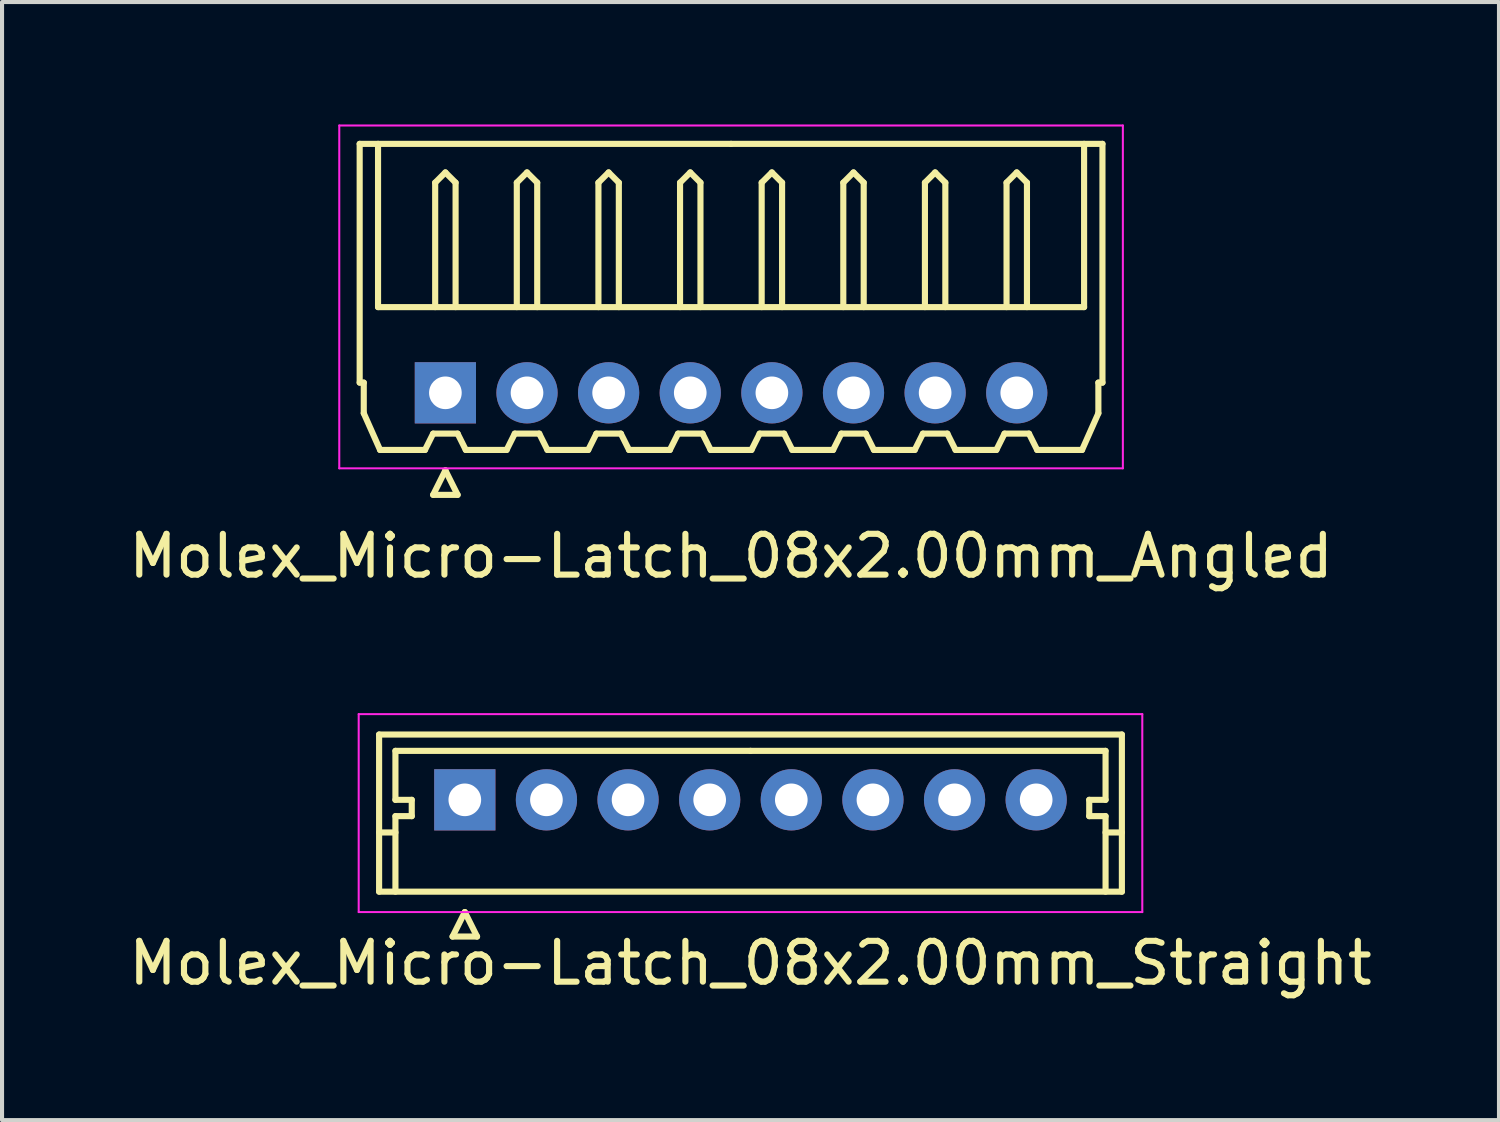
<source format=kicad_pcb>
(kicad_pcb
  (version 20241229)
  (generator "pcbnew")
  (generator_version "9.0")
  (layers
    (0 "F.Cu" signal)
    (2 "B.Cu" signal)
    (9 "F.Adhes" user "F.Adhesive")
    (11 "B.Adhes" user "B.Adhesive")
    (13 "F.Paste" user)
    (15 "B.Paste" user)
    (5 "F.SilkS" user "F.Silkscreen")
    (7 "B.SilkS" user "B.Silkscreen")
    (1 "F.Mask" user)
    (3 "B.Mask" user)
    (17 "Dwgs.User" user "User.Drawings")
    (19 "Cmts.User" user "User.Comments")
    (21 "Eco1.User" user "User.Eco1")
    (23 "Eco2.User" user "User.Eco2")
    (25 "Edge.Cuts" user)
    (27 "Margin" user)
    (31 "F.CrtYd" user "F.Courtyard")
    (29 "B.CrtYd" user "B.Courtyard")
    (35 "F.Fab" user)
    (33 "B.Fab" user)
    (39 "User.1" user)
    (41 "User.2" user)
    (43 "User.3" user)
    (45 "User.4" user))
  (footprint "Molex_Micro-Latch_08x2.00mm_Straight"
    (layer "F.Cu")
    (at 8.339 16.548)
    (property "Reference" "Molex_Micro-Latch_08x2.00mm_Straight" (at 7 4 0) (layer "F.SilkS") (effects (font (size 1 1) (thickness 0.15))))
    (attr through_hole)
    (fp_line (start -2.1 -1.6) (end -2.1 2.25) (stroke (width 0.15) (type solid)) (layer "F.SilkS"))
    (fp_line (start -2.1 0.8) (end -1.7 0.8) (stroke (width 0.15) (type solid)) (layer "F.SilkS"))
    (fp_line (start -2.1 2.25) (end 16.1 2.25) (stroke (width 0.15) (type solid)) (layer "F.SilkS"))
    (fp_line (start -1.7 -1.2) (end -1.7 0) (stroke (width 0.15) (type solid)) (layer "F.SilkS"))
    (fp_line (start -1.7 0) (end -1.3 0) (stroke (width 0.15) (type solid)) (layer "F.SilkS"))
    (fp_line (start -1.7 0.4) (end -1.7 2.25) (stroke (width 0.15) (type solid)) (layer "F.SilkS"))
    (fp_line (start -1.3 0) (end -1.3 0.4) (stroke (width 0.15) (type solid)) (layer "F.SilkS"))
    (fp_line (start -1.3 0.4) (end -1.7 0.4) (stroke (width 0.15) (type solid)) (layer "F.SilkS"))
    (fp_line (start -0.3 3.35) (end 0.3 3.35) (stroke (width 0.15) (type solid)) (layer "F.SilkS"))
    (fp_line (start 0 2.75) (end -0.3 3.35) (stroke (width 0.15) (type solid)) (layer "F.SilkS"))
    (fp_line (start 0.3 3.35) (end 0 2.75) (stroke (width 0.15) (type solid)) (layer "F.SilkS"))
    (fp_line (start 7 -1.2) (end -1.7 -1.2) (stroke (width 0.15) (type solid)) (layer "F.SilkS"))
    (fp_line (start 7 -1.2) (end 15.7 -1.2) (stroke (width 0.15) (type solid)) (layer "F.SilkS"))
    (fp_line (start 15.3 0) (end 15.3 0.4) (stroke (width 0.15) (type solid)) (layer "F.SilkS"))
    (fp_line (start 15.3 0.4) (end 15.7 0.4) (stroke (width 0.15) (type solid)) (layer "F.SilkS"))
    (fp_line (start 15.7 -1.2) (end 15.7 0) (stroke (width 0.15) (type solid)) (layer "F.SilkS"))
    (fp_line (start 15.7 0) (end 15.3 0) (stroke (width 0.15) (type solid)) (layer "F.SilkS"))
    (fp_line (start 15.7 0.4) (end 15.7 2.25) (stroke (width 0.15) (type solid)) (layer "F.SilkS"))
    (fp_line (start 16.1 -1.6) (end -2.1 -1.6) (stroke (width 0.15) (type solid)) (layer "F.SilkS"))
    (fp_line (start 16.1 0.8) (end 15.7 0.8) (stroke (width 0.15) (type solid)) (layer "F.SilkS"))
    (fp_line (start 16.1 2.25) (end 16.1 -1.6) (stroke (width 0.15) (type solid)) (layer "F.SilkS"))
    (fp_line (start -2.6 -2.1) (end -2.6 2.75) (stroke (width 0.05) (type solid)) (layer "F.CrtYd"))
    (fp_line (start -2.6 2.75) (end 16.6 2.75) (stroke (width 0.05) (type solid)) (layer "F.CrtYd"))
    (fp_line (start 16.6 -2.1) (end -2.6 -2.1) (stroke (width 0.05) (type solid)) (layer "F.CrtYd"))
    (fp_line (start 16.6 2.75) (end 16.6 -2.1) (stroke (width 0.05) (type solid)) (layer "F.CrtYd"))
    (pad "1" thru_hole rect (at 0 0) (size 1.5 1.5) (drill 0.8) (layers "*.Cu" "*.Mask"))
    (pad "2" thru_hole circle (at 2 0) (size 1.5 1.5) (drill 0.8) (layers "*.Cu" "*.Mask"))
    (pad "3" thru_hole circle (at 4 0) (size 1.5 1.5) (drill 0.8) (layers "*.Cu" "*.Mask"))
    (pad "4" thru_hole circle (at 6 0) (size 1.5 1.5) (drill 0.8) (layers "*.Cu" "*.Mask"))
    (pad "5" thru_hole circle (at 8 0) (size 1.5 1.5) (drill 0.8) (layers "*.Cu" "*.Mask"))
    (pad "6" thru_hole circle (at 10 0) (size 1.5 1.5) (drill 0.8) (layers "*.Cu" "*.Mask"))
    (pad "7" thru_hole circle (at 12 0) (size 1.5 1.5) (drill 0.8) (layers "*.Cu" "*.Mask"))
    (pad "8" thru_hole circle (at 14 0) (size 1.5 1.5) (drill 0.8) (layers "*.Cu" "*.Mask")))
  (footprint "Molex_Micro-Latch_08x2.00mm_Angled"
    (layer "F.Cu")
    (at 7.863 6.575)
    (property "Reference" "Molex_Micro-Latch_08x2.00mm_Angled" (at 7 4 0) (layer "F.SilkS") (effects (font (size 1 1) (thickness 0.15))))
    (attr through_hole)
    (fp_line (start -2.1 -6.1) (end 7 -6.1) (stroke (width 0.15) (type solid)) (layer "F.SilkS"))
    (fp_line (start -2.1 -0.25) (end -2.1 -6.1) (stroke (width 0.15) (type solid)) (layer "F.SilkS"))
    (fp_line (start -2 -0.25) (end -2.1 -0.25) (stroke (width 0.15) (type solid)) (layer "F.SilkS"))
    (fp_line (start -2 0.5) (end -2 -0.25) (stroke (width 0.15) (type solid)) (layer "F.SilkS"))
    (fp_line (start -1.65 -6.1) (end -1.65 -2.1) (stroke (width 0.15) (type solid)) (layer "F.SilkS"))
    (fp_line (start -1.65 -2.1) (end 15.65 -2.1) (stroke (width 0.15) (type solid)) (layer "F.SilkS"))
    (fp_line (start -1.6 1.4) (end -2 0.5) (stroke (width 0.15) (type solid)) (layer "F.SilkS"))
    (fp_line (start -0.5 1.4) (end -1.6 1.4) (stroke (width 0.15) (type solid)) (layer "F.SilkS"))
    (fp_line (start -0.3 1) (end -0.5 1.4) (stroke (width 0.15) (type solid)) (layer "F.SilkS"))
    (fp_line (start -0.3 1) (end 0.3 1) (stroke (width 0.15) (type solid)) (layer "F.SilkS"))
    (fp_line (start -0.3 2.5) (end 0.3 2.5) (stroke (width 0.15) (type solid)) (layer "F.SilkS"))
    (fp_line (start -0.25 -5.15) (end 0 -5.4) (stroke (width 0.15) (type solid)) (layer "F.SilkS"))
    (fp_line (start -0.25 -2.1) (end -0.25 -5.15) (stroke (width 0.15) (type solid)) (layer "F.SilkS"))
    (fp_line (start 0 -5.4) (end 0.25 -5.15) (stroke (width 0.15) (type solid)) (layer "F.SilkS"))
    (fp_line (start 0 1.9) (end -0.3 2.5) (stroke (width 0.15) (type solid)) (layer "F.SilkS"))
    (fp_line (start 0.25 -5.15) (end 0.25 -2.1) (stroke (width 0.15) (type solid)) (layer "F.SilkS"))
    (fp_line (start 0.3 1) (end 0.5 1.4) (stroke (width 0.15) (type solid)) (layer "F.SilkS"))
    (fp_line (start 0.3 2.5) (end 0 1.9) (stroke (width 0.15) (type solid)) (layer "F.SilkS"))
    (fp_line (start 0.5 1.4) (end 1.5 1.4) (stroke (width 0.15) (type solid)) (layer "F.SilkS"))
    (fp_line (start 1.5 1.4) (end 1.7 1) (stroke (width 0.15) (type solid)) (layer "F.SilkS"))
    (fp_line (start 1.7 1) (end 2.3 1) (stroke (width 0.15) (type solid)) (layer "F.SilkS"))
    (fp_line (start 1.75 -5.15) (end 2 -5.4) (stroke (width 0.15) (type solid)) (layer "F.SilkS"))
    (fp_line (start 1.75 -2.1) (end 1.75 -5.15) (stroke (width 0.15) (type solid)) (layer "F.SilkS"))
    (fp_line (start 2 -5.4) (end 2.25 -5.15) (stroke (width 0.15) (type solid)) (layer "F.SilkS"))
    (fp_line (start 2.25 -5.15) (end 2.25 -2.1) (stroke (width 0.15) (type solid)) (layer "F.SilkS"))
    (fp_line (start 2.3 1) (end 2.5 1.4) (stroke (width 0.15) (type solid)) (layer "F.SilkS"))
    (fp_line (start 2.5 1.4) (end 3.5 1.4) (stroke (width 0.15) (type solid)) (layer "F.SilkS"))
    (fp_line (start 3.5 1.4) (end 3.7 1) (stroke (width 0.15) (type solid)) (layer "F.SilkS"))
    (fp_line (start 3.7 1) (end 4.3 1) (stroke (width 0.15) (type solid)) (layer "F.SilkS"))
    (fp_line (start 3.75 -5.15) (end 4 -5.4) (stroke (width 0.15) (type solid)) (layer "F.SilkS"))
    (fp_line (start 3.75 -2.1) (end 3.75 -5.15) (stroke (width 0.15) (type solid)) (layer "F.SilkS"))
    (fp_line (start 4 -5.4) (end 4.25 -5.15) (stroke (width 0.15) (type solid)) (layer "F.SilkS"))
    (fp_line (start 4.25 -5.15) (end 4.25 -2.1) (stroke (width 0.15) (type solid)) (layer "F.SilkS"))
    (fp_line (start 4.3 1) (end 4.5 1.4) (stroke (width 0.15) (type solid)) (layer "F.SilkS"))
    (fp_line (start 4.5 1.4) (end 5.5 1.4) (stroke (width 0.15) (type solid)) (layer "F.SilkS"))
    (fp_line (start 5.5 1.4) (end 5.7 1) (stroke (width 0.15) (type solid)) (layer "F.SilkS"))
    (fp_line (start 5.7 1) (end 6.3 1) (stroke (width 0.15) (type solid)) (layer "F.SilkS"))
    (fp_line (start 5.75 -5.15) (end 6 -5.4) (stroke (width 0.15) (type solid)) (layer "F.SilkS"))
    (fp_line (start 5.75 -2.1) (end 5.75 -5.15) (stroke (width 0.15) (type solid)) (layer "F.SilkS"))
    (fp_line (start 6 -5.4) (end 6.25 -5.15) (stroke (width 0.15) (type solid)) (layer "F.SilkS"))
    (fp_line (start 6.25 -5.15) (end 6.25 -2.1) (stroke (width 0.15) (type solid)) (layer "F.SilkS"))
    (fp_line (start 6.3 1) (end 6.5 1.4) (stroke (width 0.15) (type solid)) (layer "F.SilkS"))
    (fp_line (start 6.5 1.4) (end 7.5 1.4) (stroke (width 0.15) (type solid)) (layer "F.SilkS"))
    (fp_line (start 7.5 1.4) (end 7.7 1) (stroke (width 0.15) (type solid)) (layer "F.SilkS"))
    (fp_line (start 7.7 1) (end 8.3 1) (stroke (width 0.15) (type solid)) (layer "F.SilkS"))
    (fp_line (start 7.75 -5.15) (end 8 -5.4) (stroke (width 0.15) (type solid)) (layer "F.SilkS"))
    (fp_line (start 7.75 -2.1) (end 7.75 -5.15) (stroke (width 0.15) (type solid)) (layer "F.SilkS"))
    (fp_line (start 8 -5.4) (end 8.25 -5.15) (stroke (width 0.15) (type solid)) (layer "F.SilkS"))
    (fp_line (start 8.25 -5.15) (end 8.25 -2.1) (stroke (width 0.15) (type solid)) (layer "F.SilkS"))
    (fp_line (start 8.3 1) (end 8.5 1.4) (stroke (width 0.15) (type solid)) (layer "F.SilkS"))
    (fp_line (start 8.5 1.4) (end 9.5 1.4) (stroke (width 0.15) (type solid)) (layer "F.SilkS"))
    (fp_line (start 9.5 1.4) (end 9.7 1) (stroke (width 0.15) (type solid)) (layer "F.SilkS"))
    (fp_line (start 9.7 1) (end 10.3 1) (stroke (width 0.15) (type solid)) (layer "F.SilkS"))
    (fp_line (start 9.75 -5.15) (end 10 -5.4) (stroke (width 0.15) (type solid)) (layer "F.SilkS"))
    (fp_line (start 9.75 -2.1) (end 9.75 -5.15) (stroke (width 0.15) (type solid)) (layer "F.SilkS"))
    (fp_line (start 10 -5.4) (end 10.25 -5.15) (stroke (width 0.15) (type solid)) (layer "F.SilkS"))
    (fp_line (start 10.25 -5.15) (end 10.25 -2.1) (stroke (width 0.15) (type solid)) (layer "F.SilkS"))
    (fp_line (start 10.3 1) (end 10.5 1.4) (stroke (width 0.15) (type solid)) (layer "F.SilkS"))
    (fp_line (start 10.5 1.4) (end 11.5 1.4) (stroke (width 0.15) (type solid)) (layer "F.SilkS"))
    (fp_line (start 11.5 1.4) (end 11.7 1) (stroke (width 0.15) (type solid)) (layer "F.SilkS"))
    (fp_line (start 11.7 1) (end 12.3 1) (stroke (width 0.15) (type solid)) (layer "F.SilkS"))
    (fp_line (start 11.75 -5.15) (end 12 -5.4) (stroke (width 0.15) (type solid)) (layer "F.SilkS"))
    (fp_line (start 11.75 -2.1) (end 11.75 -5.15) (stroke (width 0.15) (type solid)) (layer "F.SilkS"))
    (fp_line (start 12 -5.4) (end 12.25 -5.15) (stroke (width 0.15) (type solid)) (layer "F.SilkS"))
    (fp_line (start 12.25 -5.15) (end 12.25 -2.1) (stroke (width 0.15) (type solid)) (layer "F.SilkS"))
    (fp_line (start 12.3 1) (end 12.5 1.4) (stroke (width 0.15) (type solid)) (layer "F.SilkS"))
    (fp_line (start 12.5 1.4) (end 13.5 1.4) (stroke (width 0.15) (type solid)) (layer "F.SilkS"))
    (fp_line (start 13.5 1.4) (end 13.7 1) (stroke (width 0.15) (type solid)) (layer "F.SilkS"))
    (fp_line (start 13.7 1) (end 14.3 1) (stroke (width 0.15) (type solid)) (layer "F.SilkS"))
    (fp_line (start 13.75 -5.15) (end 14 -5.4) (stroke (width 0.15) (type solid)) (layer "F.SilkS"))
    (fp_line (start 13.75 -2.1) (end 13.75 -5.15) (stroke (width 0.15) (type solid)) (layer "F.SilkS"))
    (fp_line (start 14 -5.4) (end 14.25 -5.15) (stroke (width 0.15) (type solid)) (layer "F.SilkS"))
    (fp_line (start 14.25 -5.15) (end 14.25 -2.1) (stroke (width 0.15) (type solid)) (layer "F.SilkS"))
    (fp_line (start 14.3 1) (end 14.5 1.4) (stroke (width 0.15) (type solid)) (layer "F.SilkS"))
    (fp_line (start 14.5 1.4) (end 15.6 1.4) (stroke (width 0.15) (type solid)) (layer "F.SilkS"))
    (fp_line (start 15.6 1.4) (end 16 0.5) (stroke (width 0.15) (type solid)) (layer "F.SilkS"))
    (fp_line (start 15.65 -2.1) (end 15.65 -6.1) (stroke (width 0.15) (type solid)) (layer "F.SilkS"))
    (fp_line (start 16 -0.25) (end 16.1 -0.25) (stroke (width 0.15) (type solid)) (layer "F.SilkS"))
    (fp_line (start 16 0.5) (end 16 -0.25) (stroke (width 0.15) (type solid)) (layer "F.SilkS"))
    (fp_line (start 16.1 -6.1) (end 7 -6.1) (stroke (width 0.15) (type solid)) (layer "F.SilkS"))
    (fp_line (start 16.1 -0.25) (end 16.1 -6.1) (stroke (width 0.15) (type solid)) (layer "F.SilkS"))
    (fp_line (start -2.6 -6.55) (end -2.6 1.85) (stroke (width 0.05) (type solid)) (layer "F.CrtYd"))
    (fp_line (start -2.6 1.85) (end 16.6 1.85) (stroke (width 0.05) (type solid)) (layer "F.CrtYd"))
    (fp_line (start 16.6 -6.55) (end -2.6 -6.55) (stroke (width 0.05) (type solid)) (layer "F.CrtYd"))
    (fp_line (start 16.6 1.85) (end 16.6 -6.55) (stroke (width 0.05) (type solid)) (layer "F.CrtYd"))
    (pad "1" thru_hole rect (at 0 0) (size 1.5 1.5) (drill 0.8) (layers "*.Cu" "*.Mask"))
    (pad "2" thru_hole circle (at 2 0) (size 1.5 1.5) (drill 0.8) (layers "*.Cu" "*.Mask"))
    (pad "3" thru_hole circle (at 4 0) (size 1.5 1.5) (drill 0.8) (layers "*.Cu" "*.Mask"))
    (pad "4" thru_hole circle (at 6 0) (size 1.5 1.5) (drill 0.8) (layers "*.Cu" "*.Mask"))
    (pad "5" thru_hole circle (at 8 0) (size 1.5 1.5) (drill 0.8) (layers "*.Cu" "*.Mask"))
    (pad "6" thru_hole circle (at 10 0) (size 1.5 1.5) (drill 0.8) (layers "*.Cu" "*.Mask"))
    (pad "7" thru_hole circle (at 12 0) (size 1.5 1.5) (drill 0.8) (layers "*.Cu" "*.Mask"))
    (pad "8" thru_hole circle (at 14 0) (size 1.5 1.5) (drill 0.8) (layers "*.Cu" "*.Mask")))
  (gr_rect
    (start -3 -3)
    (end 33.679 24.396)
    (stroke (width 0.1) (type default))
    (fill no)
    (layer "Edge.Cuts")))
</source>
